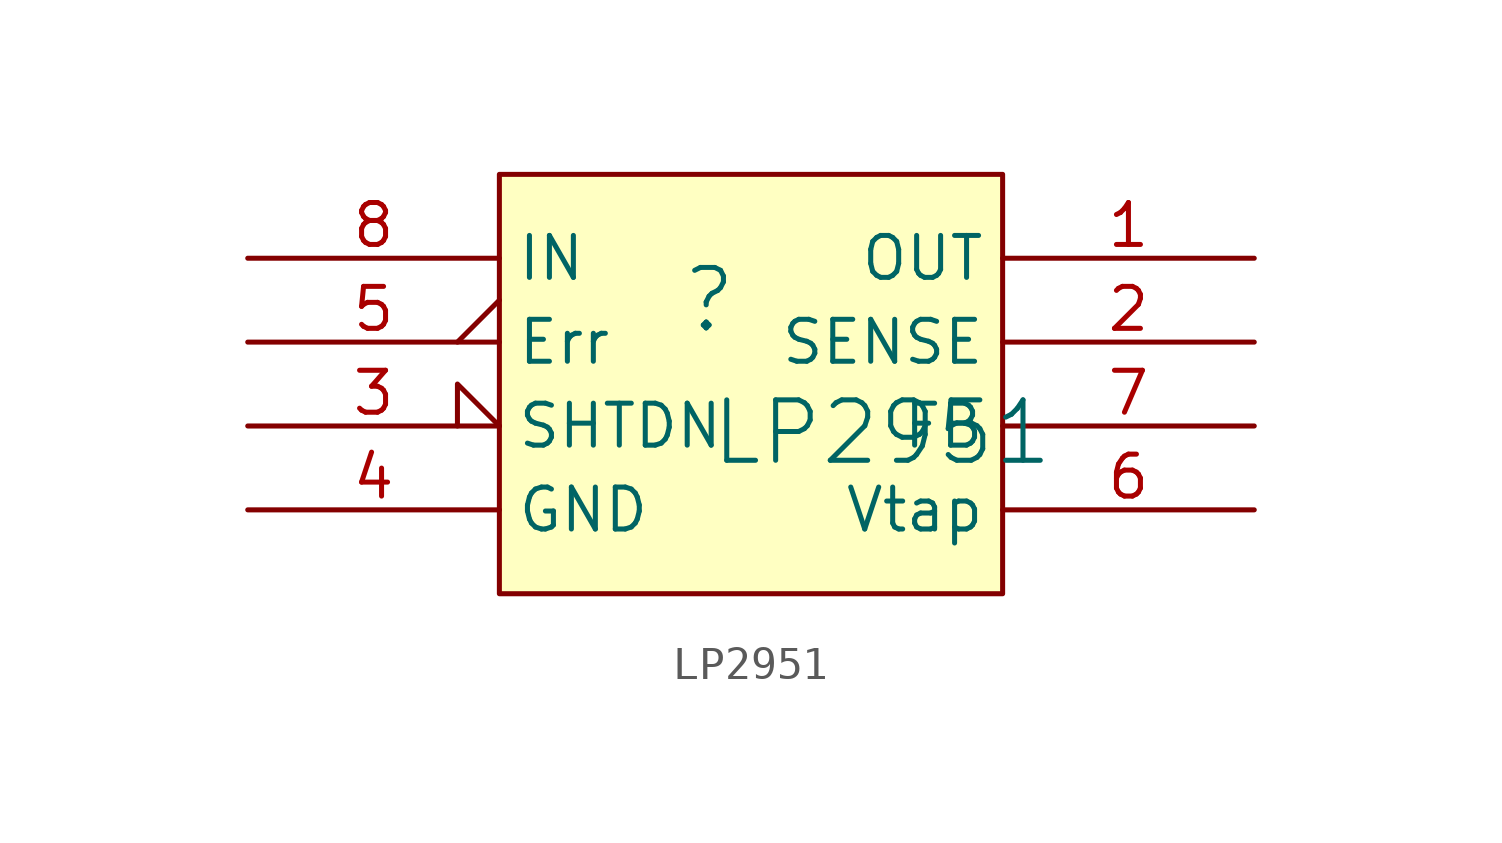
<source format=kicad_sym>
(kicad_symbol_lib
  (version 20241209)
  (generator "kicad_symbol_editor")
  (generator_version "9.0")
  (symbol "LP2951"
    (property "Reference" ""
      (at -1.27 1.27 0)
      (effects (font (size 1.829 1.829))))
    (property "Value" "LP2951"
      (at -1.27 -3.81 0)
      (effects (font (size 1.829 1.829)) (justify left bottom)))
    (symbol "LP2951_1_0"
      (polyline (pts (xy -7.62 -7.62) (xy -7.62 5.08) (xy 7.62 5.08) (xy 7.62 -7.62) (xy -7.62 -7.62)) (stroke (width 0) (type solid)) (fill (type none)))
      (rectangle (start 7.62 5.08) (end -7.62 -7.62) (stroke (width 0.025) (type solid) (color 128 0 0 1)) (fill (type background)))
      (pin passive line (at -15.24 2.54 0) (length 7.62) (name "IN" (effects (font (size 1.27 1.27)))) (number "8" (effects (font (size 1.27 1.27)))))
      (pin passive output_low (at -15.24 0 0) (length 7.62) (name "Err" (effects (font (size 1.27 1.27)))) (number "5" (effects (font (size 1.27 1.27)))))
      (pin passive input_low (at -15.24 -2.54 0) (length 7.62) (name "SHTDN" (effects (font (size 1.27 1.27)))) (number "3" (effects (font (size 1.27 1.27)))))
      (pin passive line (at -15.24 -5.08 0) (length 7.62) (name "GND" (effects (font (size 1.27 1.27)))) (number "4" (effects (font (size 1.27 1.27)))))
      (pin passive line (at 15.24 2.54 180) (length 7.62) (name "OUT" (effects (font (size 1.27 1.27)))) (number "1" (effects (font (size 1.27 1.27)))))
      (pin passive line (at 15.24 0 180) (length 7.62) (name "SENSE" (effects (font (size 1.27 1.27)))) (number "2" (effects (font (size 1.27 1.27)))))
      (pin passive line (at 15.24 -2.54 180) (length 7.62) (name "FB" (effects (font (size 1.27 1.27)))) (number "7" (effects (font (size 1.27 1.27)))))
      (pin passive line (at 15.24 -5.08 180) (length 7.62) (name "Vtap" (effects (font (size 1.27 1.27)))) (number "6" (effects (font (size 1.27 1.27))))))))
</source>
